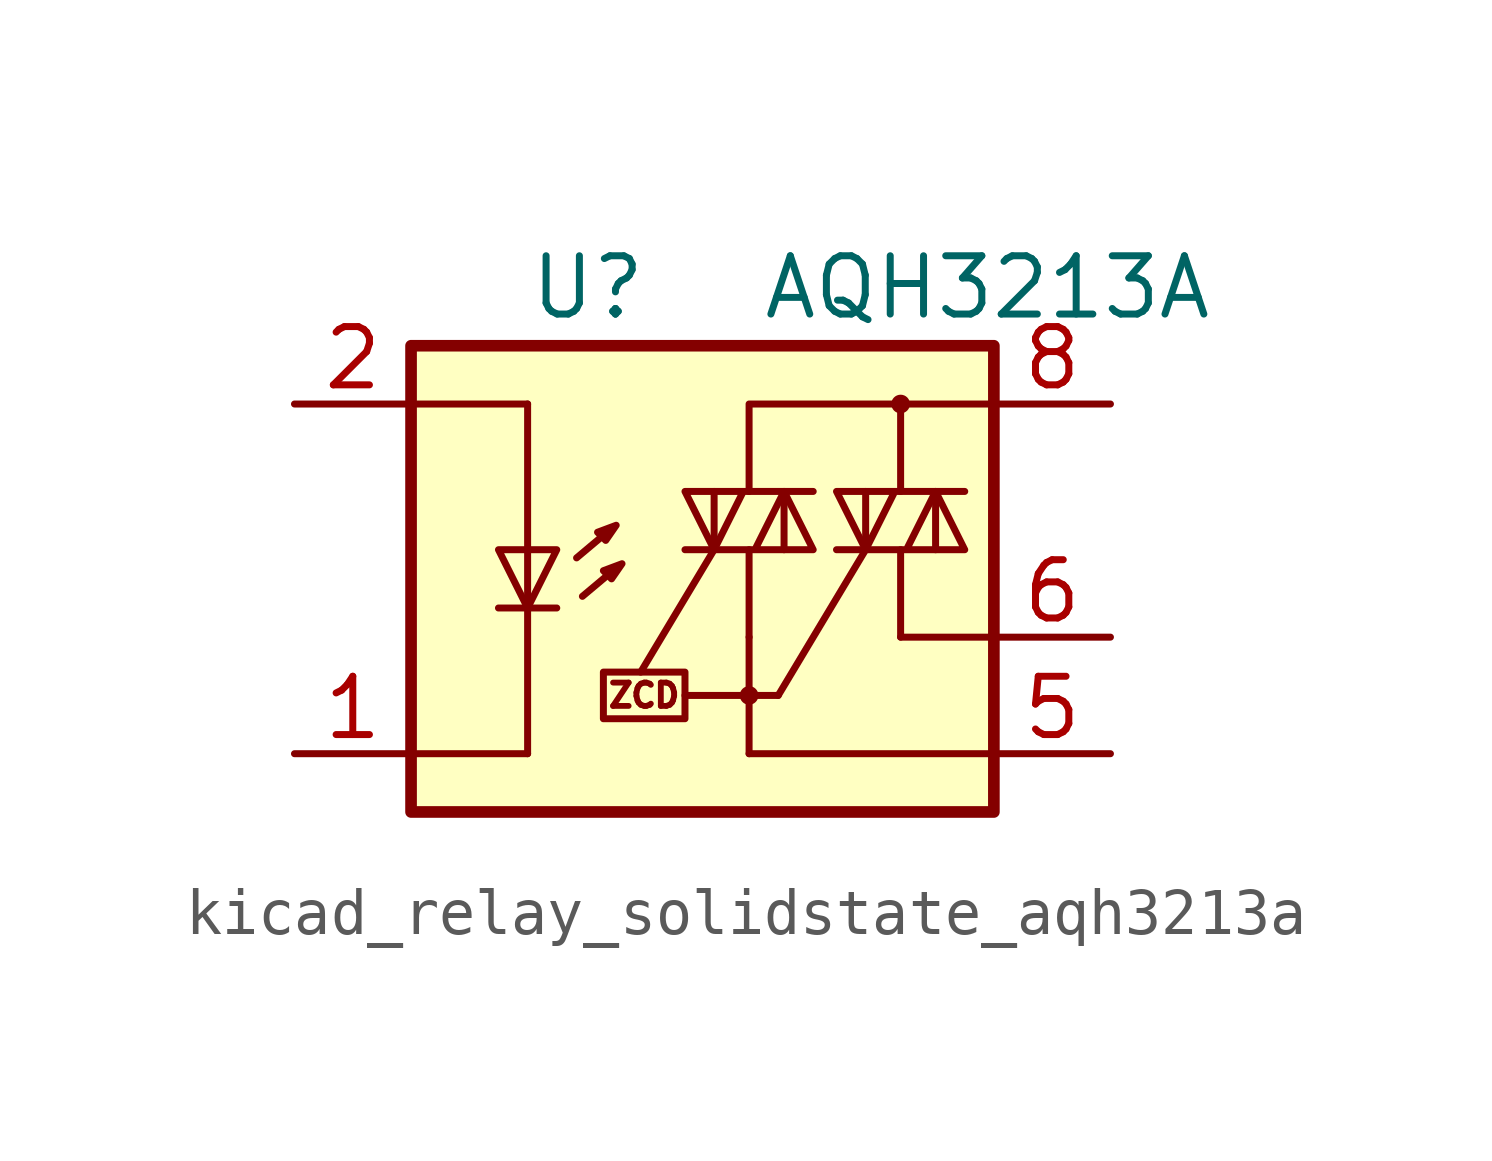
<source format=kicad_sym>
(kicad_symbol_lib
  (version 20220914)
  (generator kicad_symbol_editor)
  (symbol "kicad_relay_solidstate_aqh3213a"
    (property "Reference" "U"
      (at -5.08 5.08 0)
      (effects (font (size 1.27 1.27)) (justify left)))
    (property "Value" "AQH3213A"
      (at 0 5.08 0)
      (effects (font (size 1.27 1.27)) (justify left)))
    (symbol "kicad_relay_solidstate_aqh3213a_0_1"
      (polyline (pts (xy 3.048 -2.54) (xy 5.08 -2.54)) (stroke (width 0) (type default)) (fill (type none)))
      (polyline (pts (xy 3.048 -0.635) (xy 3.048 -2.54)) (stroke (width 0) (type default)) (fill (type none))))
    (symbol "kicad_relay_solidstate_aqh3213a_1_1"
      (rectangle (start -7.62 3.81) (end 5.08 -6.35) (stroke (width 0.254) (type default)) (fill (type background)))
      (rectangle (start -3.429 -3.302) (end -1.651 -4.318) (stroke (width 0) (type default)) (fill (type none)))
      (circle (center -0.254 -3.81) (radius 0.127) (stroke (width 0) (type default)) (fill (type none)))
      (polyline (pts (xy -5.715 -1.905) (xy -4.445 -1.905)) (stroke (width 0) (type default)) (fill (type none)))
      (polyline (pts (xy -5.08 -5.08) (xy -7.62 -5.08)) (stroke (width 0) (type default)) (fill (type none)))
      (polyline (pts (xy -5.08 -1.905) (xy -5.08 -5.08)) (stroke (width 0) (type default)) (fill (type none)))
      (polyline (pts (xy -5.08 -0.635) (xy -5.08 -1.905)) (stroke (width 0) (type default)) (fill (type none)))
      (polyline (pts (xy -5.08 -0.635) (xy -5.08 2.54)) (stroke (width 0) (type default)) (fill (type none)))
      (polyline (pts (xy -5.08 2.54) (xy -7.493 2.54)) (stroke (width 0) (type default)) (fill (type none)))
      (polyline (pts (xy -3.378 -0.279) (xy -4.013 -0.813)) (stroke (width 0) (type default)) (fill (type none)))
      (polyline (pts (xy -3.251 -1.118) (xy -3.886 -1.651)) (stroke (width 0) (type default)) (fill (type none)))
      (polyline (pts (xy -1.651 -3.81) (xy -0.254 -3.81)) (stroke (width 0) (type default)) (fill (type none)))
      (polyline (pts (xy -1.016 -0.635) (xy -2.616 -3.302)) (stroke (width 0) (type default)) (fill (type none)))
      (polyline (pts (xy -1.016 -0.635) (xy -1.016 0.635)) (stroke (width 0) (type default)) (fill (type none)))
      (polyline (pts (xy -0.254 -3.81) (xy 0.381 -3.81)) (stroke (width 0) (type default)) (fill (type none)))
      (polyline (pts (xy -0.254 -2.54) (xy -0.254 -5.08)) (stroke (width 0) (type default)) (fill (type none)))
      (polyline (pts (xy -0.254 -2.54) (xy -0.254 -0.635)) (stroke (width 0) (type default)) (fill (type none)))
      (polyline (pts (xy 0.381 -3.81) (xy 2.286 -0.635)) (stroke (width 0) (type default)) (fill (type none)))
      (polyline (pts (xy 0.508 0.635) (xy 0.508 -0.635)) (stroke (width 0) (type default)) (fill (type none)))
      (polyline (pts (xy 2.286 -0.635) (xy 2.286 0.635)) (stroke (width 0) (type default)) (fill (type none)))
      (polyline (pts (xy 3.048 2.54) (xy 3.048 0.635)) (stroke (width 0) (type default)) (fill (type none)))
      (polyline (pts (xy 3.81 0.635) (xy 3.81 -0.635)) (stroke (width 0) (type default)) (fill (type none)))
      (polyline (pts (xy 5.08 -5.08) (xy -0.254 -5.08)) (stroke (width 0) (type default)) (fill (type none)))
      (polyline (pts (xy 5.08 2.54) (xy 3.048 2.54)) (stroke (width 0) (type default)) (fill (type none)))
      (polyline (pts (xy 3.048 2.54) (xy -0.254 2.54) (xy -0.254 0.635)) (stroke (width 0) (type default)) (fill (type none)))
      (polyline (pts (xy -5.08 -1.905) (xy -5.715 -0.635) (xy -4.445 -0.635) (xy -5.08 -1.905)) (stroke (width 0) (type default)) (fill (type none)))
      (polyline (pts (xy -3.556 -0.254) (xy -3.378 -0.432) (xy -3.15 -0.102) (xy -3.556 -0.254)) (stroke (width 0) (type default)) (fill (type none)))
      (polyline (pts (xy -3.429 -1.092) (xy -3.251 -1.27) (xy -3.023 -0.94) (xy -3.429 -1.092)) (stroke (width 0) (type default)) (fill (type none)))
      (polyline (pts (xy -1.651 -0.635) (xy 1.143 -0.635) (xy 0.508 0.635) (xy -0.127 -0.635)) (stroke (width 0) (type default)) (fill (type none)))
      (polyline (pts (xy 1.143 0.635) (xy -1.651 0.635) (xy -1.016 -0.635) (xy -0.381 0.635)) (stroke (width 0) (type default)) (fill (type none)))
      (polyline (pts (xy 1.651 -0.635) (xy 4.445 -0.635) (xy 3.81 0.635) (xy 3.175 -0.635)) (stroke (width 0) (type default)) (fill (type none)))
      (polyline (pts (xy 4.445 0.635) (xy 1.651 0.635) (xy 2.286 -0.635) (xy 2.921 0.635)) (stroke (width 0) (type default)) (fill (type none)))
      (circle (center 3.048 2.54) (radius 0.127) (stroke (width 0) (type default)) (fill (type none)))
      (text "ZCD" (at -2.54 -3.81 0) (effects (font (size 0.508 0.508))))
      (pin passive line (at -10.16 -5.08 0) (length 2.54) (name "~" (effects (font (size 1.27 1.27)))) (number "1" (effects (font (size 1.27 1.27)))))
      (pin passive line (at -10.16 2.54 0) (length 2.54) (name "~" (effects (font (size 1.27 1.27)))) (number "2" (effects (font (size 1.27 1.27)))))
      (pin passive line (at -10.16 -5.08 0) (length 2.54) hide (name "~" (effects (font (size 1.27 1.27)))) (number "3" (effects (font (size 1.27 1.27)))))
      (pin passive line (at -10.16 -5.08 0) (length 2.54) hide (name "~" (effects (font (size 1.27 1.27)))) (number "4" (effects (font (size 1.27 1.27)))))
      (pin passive line (at 7.62 -5.08 180) (length 2.54) (name "~" (effects (font (size 1.27 1.27)))) (number "5" (effects (font (size 1.27 1.27)))))
      (pin passive line (at 7.62 -2.54 180) (length 2.54) (name "~" (effects (font (size 1.27 1.27)))) (number "6" (effects (font (size 1.27 1.27)))))
      (pin passive line (at 7.62 2.54 180) (length 2.54) (name "~" (effects (font (size 1.27 1.27)))) (number "8" (effects (font (size 1.27 1.27))))))))
</source>
